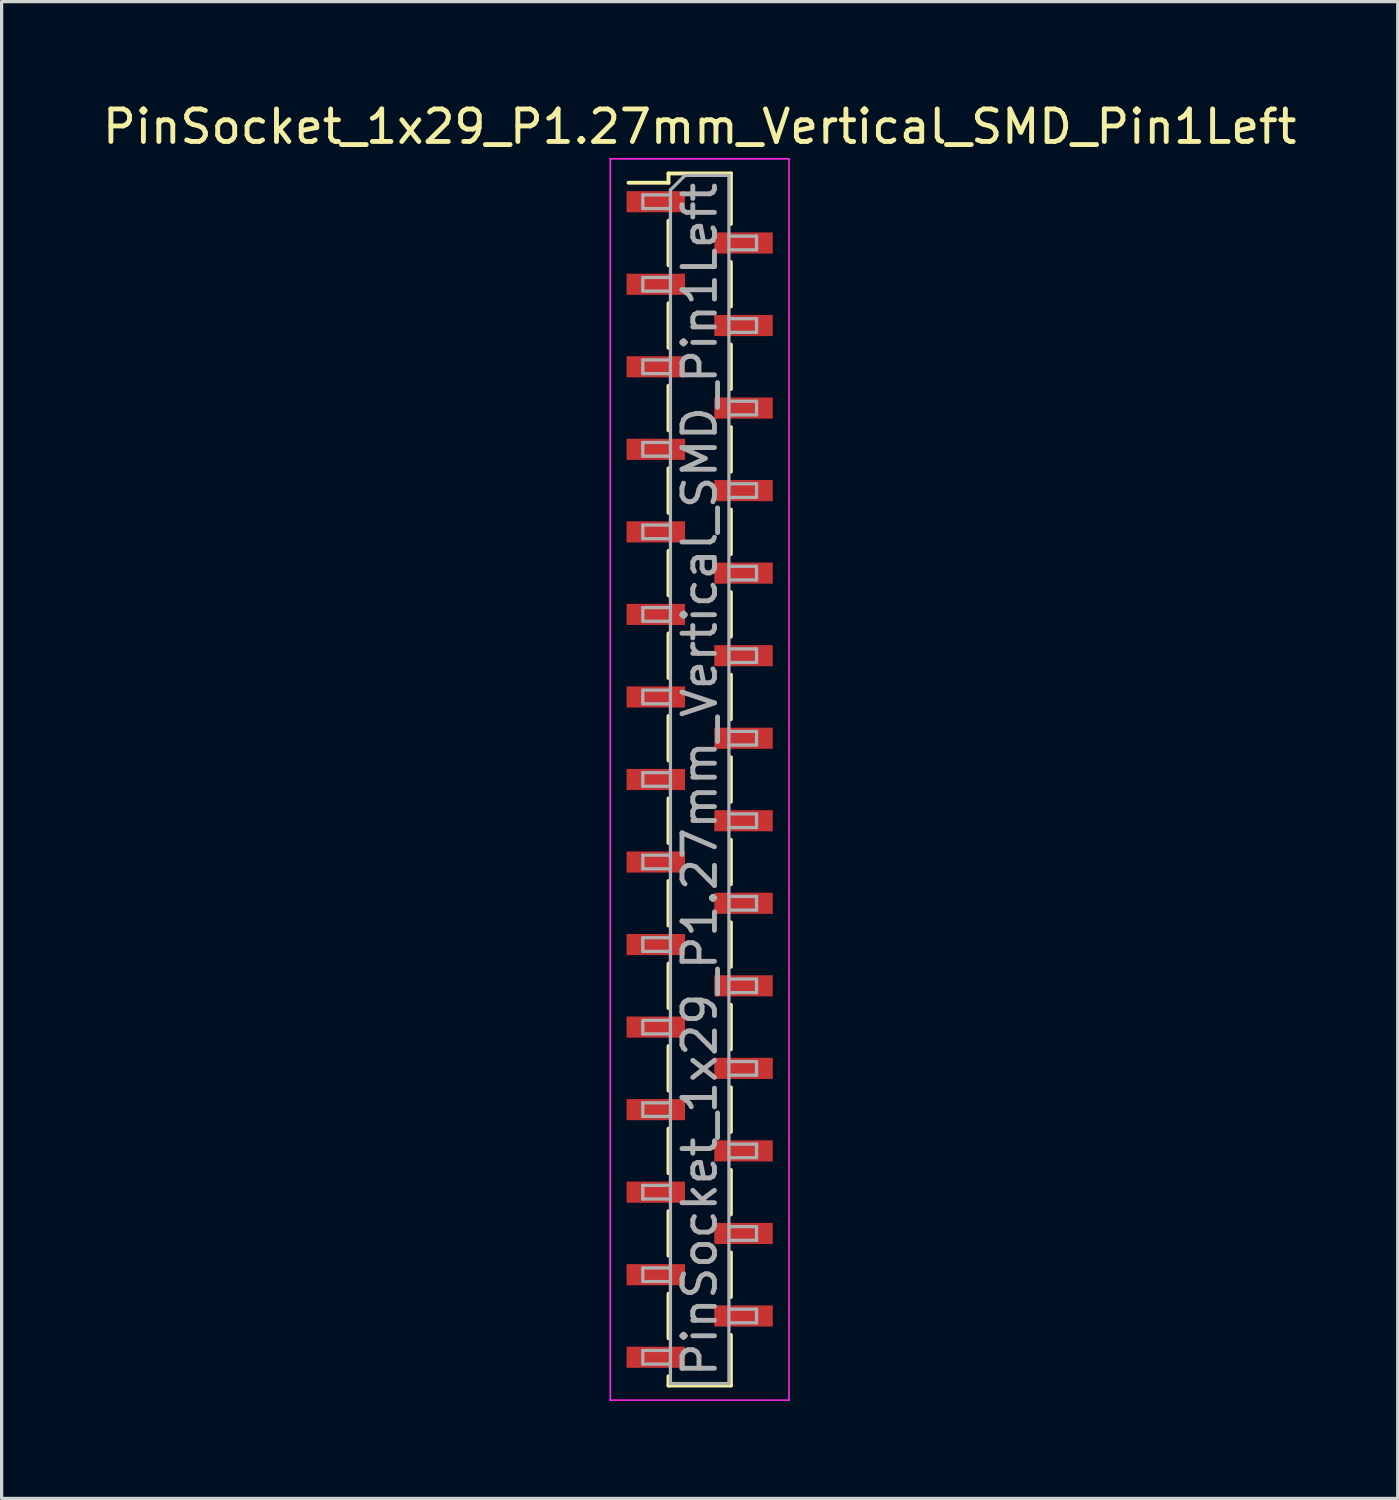
<source format=kicad_pcb>
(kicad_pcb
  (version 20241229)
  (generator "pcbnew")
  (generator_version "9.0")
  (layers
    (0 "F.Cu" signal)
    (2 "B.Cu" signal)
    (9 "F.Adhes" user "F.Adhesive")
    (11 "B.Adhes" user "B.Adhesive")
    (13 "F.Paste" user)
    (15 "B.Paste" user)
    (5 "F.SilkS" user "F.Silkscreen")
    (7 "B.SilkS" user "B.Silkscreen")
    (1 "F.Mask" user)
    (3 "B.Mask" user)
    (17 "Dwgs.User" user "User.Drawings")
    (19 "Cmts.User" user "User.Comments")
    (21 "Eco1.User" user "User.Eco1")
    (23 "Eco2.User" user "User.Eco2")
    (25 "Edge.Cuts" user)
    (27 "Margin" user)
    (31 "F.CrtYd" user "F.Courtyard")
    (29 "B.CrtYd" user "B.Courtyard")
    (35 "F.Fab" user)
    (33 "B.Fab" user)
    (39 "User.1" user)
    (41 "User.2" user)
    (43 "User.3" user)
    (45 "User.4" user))
  (footprint "PinSocket_1x29_P1.27mm_Vertical_SMD_Pin1Left"
    (layer "F.Cu")
    (at 18.482 20.938)
    (property "Reference" "PinSocket_1x29_P1.27mm_Vertical_SMD_Pin1Left" (at 0 -20.09 0) (layer "F.SilkS") (effects (font (size 1 1) (thickness 0.15))))
    (attr smd)
    (fp_line (start -2.19 -18.365) (end -0.96 -18.365) (stroke (width 0.12) (type solid)) (layer "F.SilkS"))
    (fp_line (start -0.96 -18.65) (end -0.96 -18.365) (stroke (width 0.12) (type solid)) (layer "F.SilkS"))
    (fp_line (start -0.96 -18.65) (end 0.96 -18.65) (stroke (width 0.12) (type solid)) (layer "F.SilkS"))
    (fp_line (start -0.96 -17.195) (end -0.96 -15.825) (stroke (width 0.12) (type solid)) (layer "F.SilkS"))
    (fp_line (start -0.96 -14.655) (end -0.96 -13.285) (stroke (width 0.12) (type solid)) (layer "F.SilkS"))
    (fp_line (start -0.96 -12.115) (end -0.96 -10.745) (stroke (width 0.12) (type solid)) (layer "F.SilkS"))
    (fp_line (start -0.96 -9.575) (end -0.96 -8.205) (stroke (width 0.12) (type solid)) (layer "F.SilkS"))
    (fp_line (start -0.96 -7.035) (end -0.96 -5.665) (stroke (width 0.12) (type solid)) (layer "F.SilkS"))
    (fp_line (start -0.96 -4.495) (end -0.96 -3.125) (stroke (width 0.12) (type solid)) (layer "F.SilkS"))
    (fp_line (start -0.96 -1.955) (end -0.96 -0.585) (stroke (width 0.12) (type solid)) (layer "F.SilkS"))
    (fp_line (start -0.96 0.585) (end -0.96 1.955) (stroke (width 0.12) (type solid)) (layer "F.SilkS"))
    (fp_line (start -0.96 3.125) (end -0.96 4.495) (stroke (width 0.12) (type solid)) (layer "F.SilkS"))
    (fp_line (start -0.96 5.665) (end -0.96 7.035) (stroke (width 0.12) (type solid)) (layer "F.SilkS"))
    (fp_line (start -0.96 8.205) (end -0.96 9.575) (stroke (width 0.12) (type solid)) (layer "F.SilkS"))
    (fp_line (start -0.96 10.745) (end -0.96 12.115) (stroke (width 0.12) (type solid)) (layer "F.SilkS"))
    (fp_line (start -0.96 13.285) (end -0.96 14.655) (stroke (width 0.12) (type solid)) (layer "F.SilkS"))
    (fp_line (start -0.96 15.825) (end -0.96 17.195) (stroke (width 0.12) (type solid)) (layer "F.SilkS"))
    (fp_line (start -0.96 18.365) (end -0.96 18.65) (stroke (width 0.12) (type solid)) (layer "F.SilkS"))
    (fp_line (start -0.96 18.65) (end 0.96 18.65) (stroke (width 0.12) (type solid)) (layer "F.SilkS"))
    (fp_line (start 0.96 -18.65) (end 0.96 -17.095) (stroke (width 0.12) (type solid)) (layer "F.SilkS"))
    (fp_line (start 0.96 -15.925) (end 0.96 -14.555) (stroke (width 0.12) (type solid)) (layer "F.SilkS"))
    (fp_line (start 0.96 -13.385) (end 0.96 -12.015) (stroke (width 0.12) (type solid)) (layer "F.SilkS"))
    (fp_line (start 0.96 -10.845) (end 0.96 -9.475) (stroke (width 0.12) (type solid)) (layer "F.SilkS"))
    (fp_line (start 0.96 -8.305) (end 0.96 -6.935) (stroke (width 0.12) (type solid)) (layer "F.SilkS"))
    (fp_line (start 0.96 -5.765) (end 0.96 -4.395) (stroke (width 0.12) (type solid)) (layer "F.SilkS"))
    (fp_line (start 0.96 -3.225) (end 0.96 -1.855) (stroke (width 0.12) (type solid)) (layer "F.SilkS"))
    (fp_line (start 0.96 -0.685) (end 0.96 0.685) (stroke (width 0.12) (type solid)) (layer "F.SilkS"))
    (fp_line (start 0.96 1.855) (end 0.96 3.225) (stroke (width 0.12) (type solid)) (layer "F.SilkS"))
    (fp_line (start 0.96 4.395) (end 0.96 5.765) (stroke (width 0.12) (type solid)) (layer "F.SilkS"))
    (fp_line (start 0.96 6.935) (end 0.96 8.305) (stroke (width 0.12) (type solid)) (layer "F.SilkS"))
    (fp_line (start 0.96 9.475) (end 0.96 10.845) (stroke (width 0.12) (type solid)) (layer "F.SilkS"))
    (fp_line (start 0.96 12.015) (end 0.96 13.385) (stroke (width 0.12) (type solid)) (layer "F.SilkS"))
    (fp_line (start 0.96 14.555) (end 0.96 15.925) (stroke (width 0.12) (type solid)) (layer "F.SilkS"))
    (fp_line (start 0.96 17.095) (end 0.96 18.65) (stroke (width 0.12) (type solid)) (layer "F.SilkS"))
    (fp_line (start -2.75 -19.1) (end 2.75 -19.1) (stroke (width 0.05) (type solid)) (layer "F.CrtYd"))
    (fp_line (start -2.75 19.1) (end -2.75 -19.1) (stroke (width 0.05) (type solid)) (layer "F.CrtYd"))
    (fp_line (start 2.75 -19.1) (end 2.75 19.1) (stroke (width 0.05) (type solid)) (layer "F.CrtYd"))
    (fp_line (start 2.75 19.1) (end -2.75 19.1) (stroke (width 0.05) (type solid)) (layer "F.CrtYd"))
    (fp_line (start -1.75 -17.99) (end -0.9 -17.99) (stroke (width 0.1) (type solid)) (layer "F.Fab"))
    (fp_line (start -1.75 -17.57) (end -1.75 -17.99) (stroke (width 0.1) (type solid)) (layer "F.Fab"))
    (fp_line (start -1.75 -15.45) (end -0.9 -15.45) (stroke (width 0.1) (type solid)) (layer "F.Fab"))
    (fp_line (start -1.75 -15.03) (end -1.75 -15.45) (stroke (width 0.1) (type solid)) (layer "F.Fab"))
    (fp_line (start -1.75 -12.91) (end -0.9 -12.91) (stroke (width 0.1) (type solid)) (layer "F.Fab"))
    (fp_line (start -1.75 -12.49) (end -1.75 -12.91) (stroke (width 0.1) (type solid)) (layer "F.Fab"))
    (fp_line (start -1.75 -10.37) (end -0.9 -10.37) (stroke (width 0.1) (type solid)) (layer "F.Fab"))
    (fp_line (start -1.75 -9.95) (end -1.75 -10.37) (stroke (width 0.1) (type solid)) (layer "F.Fab"))
    (fp_line (start -1.75 -7.83) (end -0.9 -7.83) (stroke (width 0.1) (type solid)) (layer "F.Fab"))
    (fp_line (start -1.75 -7.41) (end -1.75 -7.83) (stroke (width 0.1) (type solid)) (layer "F.Fab"))
    (fp_line (start -1.75 -5.29) (end -0.9 -5.29) (stroke (width 0.1) (type solid)) (layer "F.Fab"))
    (fp_line (start -1.75 -4.87) (end -1.75 -5.29) (stroke (width 0.1) (type solid)) (layer "F.Fab"))
    (fp_line (start -1.75 -2.75) (end -0.9 -2.75) (stroke (width 0.1) (type solid)) (layer "F.Fab"))
    (fp_line (start -1.75 -2.33) (end -1.75 -2.75) (stroke (width 0.1) (type solid)) (layer "F.Fab"))
    (fp_line (start -1.75 -0.21) (end -0.9 -0.21) (stroke (width 0.1) (type solid)) (layer "F.Fab"))
    (fp_line (start -1.75 0.21) (end -1.75 -0.21) (stroke (width 0.1) (type solid)) (layer "F.Fab"))
    (fp_line (start -1.75 2.33) (end -0.9 2.33) (stroke (width 0.1) (type solid)) (layer "F.Fab"))
    (fp_line (start -1.75 2.75) (end -1.75 2.33) (stroke (width 0.1) (type solid)) (layer "F.Fab"))
    (fp_line (start -1.75 4.87) (end -0.9 4.87) (stroke (width 0.1) (type solid)) (layer "F.Fab"))
    (fp_line (start -1.75 5.29) (end -1.75 4.87) (stroke (width 0.1) (type solid)) (layer "F.Fab"))
    (fp_line (start -1.75 7.41) (end -0.9 7.41) (stroke (width 0.1) (type solid)) (layer "F.Fab"))
    (fp_line (start -1.75 7.83) (end -1.75 7.41) (stroke (width 0.1) (type solid)) (layer "F.Fab"))
    (fp_line (start -1.75 9.95) (end -0.9 9.95) (stroke (width 0.1) (type solid)) (layer "F.Fab"))
    (fp_line (start -1.75 10.37) (end -1.75 9.95) (stroke (width 0.1) (type solid)) (layer "F.Fab"))
    (fp_line (start -1.75 12.49) (end -0.9 12.49) (stroke (width 0.1) (type solid)) (layer "F.Fab"))
    (fp_line (start -1.75 12.91) (end -1.75 12.49) (stroke (width 0.1) (type solid)) (layer "F.Fab"))
    (fp_line (start -1.75 15.03) (end -0.9 15.03) (stroke (width 0.1) (type solid)) (layer "F.Fab"))
    (fp_line (start -1.75 15.45) (end -1.75 15.03) (stroke (width 0.1) (type solid)) (layer "F.Fab"))
    (fp_line (start -1.75 17.57) (end -0.9 17.57) (stroke (width 0.1) (type solid)) (layer "F.Fab"))
    (fp_line (start -1.75 17.99) (end -1.75 17.57) (stroke (width 0.1) (type solid)) (layer "F.Fab"))
    (fp_line (start -0.9 -18.14) (end -0.45 -18.59) (stroke (width 0.1) (type solid)) (layer "F.Fab"))
    (fp_line (start -0.9 -17.57) (end -1.75 -17.57) (stroke (width 0.1) (type solid)) (layer "F.Fab"))
    (fp_line (start -0.9 -15.03) (end -1.75 -15.03) (stroke (width 0.1) (type solid)) (layer "F.Fab"))
    (fp_line (start -0.9 -12.49) (end -1.75 -12.49) (stroke (width 0.1) (type solid)) (layer "F.Fab"))
    (fp_line (start -0.9 -9.95) (end -1.75 -9.95) (stroke (width 0.1) (type solid)) (layer "F.Fab"))
    (fp_line (start -0.9 -7.41) (end -1.75 -7.41) (stroke (width 0.1) (type solid)) (layer "F.Fab"))
    (fp_line (start -0.9 -4.87) (end -1.75 -4.87) (stroke (width 0.1) (type solid)) (layer "F.Fab"))
    (fp_line (start -0.9 -2.33) (end -1.75 -2.33) (stroke (width 0.1) (type solid)) (layer "F.Fab"))
    (fp_line (start -0.9 0.21) (end -1.75 0.21) (stroke (width 0.1) (type solid)) (layer "F.Fab"))
    (fp_line (start -0.9 2.75) (end -1.75 2.75) (stroke (width 0.1) (type solid)) (layer "F.Fab"))
    (fp_line (start -0.9 5.29) (end -1.75 5.29) (stroke (width 0.1) (type solid)) (layer "F.Fab"))
    (fp_line (start -0.9 7.83) (end -1.75 7.83) (stroke (width 0.1) (type solid)) (layer "F.Fab"))
    (fp_line (start -0.9 10.37) (end -1.75 10.37) (stroke (width 0.1) (type solid)) (layer "F.Fab"))
    (fp_line (start -0.9 12.91) (end -1.75 12.91) (stroke (width 0.1) (type solid)) (layer "F.Fab"))
    (fp_line (start -0.9 15.45) (end -1.75 15.45) (stroke (width 0.1) (type solid)) (layer "F.Fab"))
    (fp_line (start -0.9 17.99) (end -1.75 17.99) (stroke (width 0.1) (type solid)) (layer "F.Fab"))
    (fp_line (start -0.9 18.59) (end -0.9 -18.14) (stroke (width 0.1) (type solid)) (layer "F.Fab"))
    (fp_line (start -0.45 -18.59) (end 0.9 -18.59) (stroke (width 0.1) (type solid)) (layer "F.Fab"))
    (fp_line (start 0.9 -18.59) (end 0.9 18.59) (stroke (width 0.1) (type solid)) (layer "F.Fab"))
    (fp_line (start 0.9 -16.72) (end 1.75 -16.72) (stroke (width 0.1) (type solid)) (layer "F.Fab"))
    (fp_line (start 0.9 -14.18) (end 1.75 -14.18) (stroke (width 0.1) (type solid)) (layer "F.Fab"))
    (fp_line (start 0.9 -11.64) (end 1.75 -11.64) (stroke (width 0.1) (type solid)) (layer "F.Fab"))
    (fp_line (start 0.9 -9.1) (end 1.75 -9.1) (stroke (width 0.1) (type solid)) (layer "F.Fab"))
    (fp_line (start 0.9 -6.56) (end 1.75 -6.56) (stroke (width 0.1) (type solid)) (layer "F.Fab"))
    (fp_line (start 0.9 -4.02) (end 1.75 -4.02) (stroke (width 0.1) (type solid)) (layer "F.Fab"))
    (fp_line (start 0.9 -1.48) (end 1.75 -1.48) (stroke (width 0.1) (type solid)) (layer "F.Fab"))
    (fp_line (start 0.9 1.06) (end 1.75 1.06) (stroke (width 0.1) (type solid)) (layer "F.Fab"))
    (fp_line (start 0.9 3.6) (end 1.75 3.6) (stroke (width 0.1) (type solid)) (layer "F.Fab"))
    (fp_line (start 0.9 6.14) (end 1.75 6.14) (stroke (width 0.1) (type solid)) (layer "F.Fab"))
    (fp_line (start 0.9 8.68) (end 1.75 8.68) (stroke (width 0.1) (type solid)) (layer "F.Fab"))
    (fp_line (start 0.9 11.22) (end 1.75 11.22) (stroke (width 0.1) (type solid)) (layer "F.Fab"))
    (fp_line (start 0.9 13.76) (end 1.75 13.76) (stroke (width 0.1) (type solid)) (layer "F.Fab"))
    (fp_line (start 0.9 16.3) (end 1.75 16.3) (stroke (width 0.1) (type solid)) (layer "F.Fab"))
    (fp_line (start 0.9 18.59) (end -0.9 18.59) (stroke (width 0.1) (type solid)) (layer "F.Fab"))
    (fp_line (start 1.75 -16.72) (end 1.75 -16.3) (stroke (width 0.1) (type solid)) (layer "F.Fab"))
    (fp_line (start 1.75 -16.3) (end 0.9 -16.3) (stroke (width 0.1) (type solid)) (layer "F.Fab"))
    (fp_line (start 1.75 -14.18) (end 1.75 -13.76) (stroke (width 0.1) (type solid)) (layer "F.Fab"))
    (fp_line (start 1.75 -13.76) (end 0.9 -13.76) (stroke (width 0.1) (type solid)) (layer "F.Fab"))
    (fp_line (start 1.75 -11.64) (end 1.75 -11.22) (stroke (width 0.1) (type solid)) (layer "F.Fab"))
    (fp_line (start 1.75 -11.22) (end 0.9 -11.22) (stroke (width 0.1) (type solid)) (layer "F.Fab"))
    (fp_line (start 1.75 -9.1) (end 1.75 -8.68) (stroke (width 0.1) (type solid)) (layer "F.Fab"))
    (fp_line (start 1.75 -8.68) (end 0.9 -8.68) (stroke (width 0.1) (type solid)) (layer "F.Fab"))
    (fp_line (start 1.75 -6.56) (end 1.75 -6.14) (stroke (width 0.1) (type solid)) (layer "F.Fab"))
    (fp_line (start 1.75 -6.14) (end 0.9 -6.14) (stroke (width 0.1) (type solid)) (layer "F.Fab"))
    (fp_line (start 1.75 -4.02) (end 1.75 -3.6) (stroke (width 0.1) (type solid)) (layer "F.Fab"))
    (fp_line (start 1.75 -3.6) (end 0.9 -3.6) (stroke (width 0.1) (type solid)) (layer "F.Fab"))
    (fp_line (start 1.75 -1.48) (end 1.75 -1.06) (stroke (width 0.1) (type solid)) (layer "F.Fab"))
    (fp_line (start 1.75 -1.06) (end 0.9 -1.06) (stroke (width 0.1) (type solid)) (layer "F.Fab"))
    (fp_line (start 1.75 1.06) (end 1.75 1.48) (stroke (width 0.1) (type solid)) (layer "F.Fab"))
    (fp_line (start 1.75 1.48) (end 0.9 1.48) (stroke (width 0.1) (type solid)) (layer "F.Fab"))
    (fp_line (start 1.75 3.6) (end 1.75 4.02) (stroke (width 0.1) (type solid)) (layer "F.Fab"))
    (fp_line (start 1.75 4.02) (end 0.9 4.02) (stroke (width 0.1) (type solid)) (layer "F.Fab"))
    (fp_line (start 1.75 6.14) (end 1.75 6.56) (stroke (width 0.1) (type solid)) (layer "F.Fab"))
    (fp_line (start 1.75 6.56) (end 0.9 6.56) (stroke (width 0.1) (type solid)) (layer "F.Fab"))
    (fp_line (start 1.75 8.68) (end 1.75 9.1) (stroke (width 0.1) (type solid)) (layer "F.Fab"))
    (fp_line (start 1.75 9.1) (end 0.9 9.1) (stroke (width 0.1) (type solid)) (layer "F.Fab"))
    (fp_line (start 1.75 11.22) (end 1.75 11.64) (stroke (width 0.1) (type solid)) (layer "F.Fab"))
    (fp_line (start 1.75 11.64) (end 0.9 11.64) (stroke (width 0.1) (type solid)) (layer "F.Fab"))
    (fp_line (start 1.75 13.76) (end 1.75 14.18) (stroke (width 0.1) (type solid)) (layer "F.Fab"))
    (fp_line (start 1.75 14.18) (end 0.9 14.18) (stroke (width 0.1) (type solid)) (layer "F.Fab"))
    (fp_line (start 1.75 16.3) (end 1.75 16.72) (stroke (width 0.1) (type solid)) (layer "F.Fab"))
    (fp_line (start 1.75 16.72) (end 0.9 16.72) (stroke (width 0.1) (type solid)) (layer "F.Fab"))
    (fp_text user "${REFERENCE}" (at 0 0 90) (layer "F.Fab") (effects (font (size 1 1) (thickness 0.15))))
    (pad "1" smd rect (at -1.35 -17.78) (size 1.8 0.65) (layers "F.Cu" "F.Mask" "F.Paste"))
    (pad "2" smd rect (at 1.35 -16.51) (size 1.8 0.65) (layers "F.Cu" "F.Mask" "F.Paste"))
    (pad "3" smd rect (at -1.35 -15.24) (size 1.8 0.65) (layers "F.Cu" "F.Mask" "F.Paste"))
    (pad "4" smd rect (at 1.35 -13.97) (size 1.8 0.65) (layers "F.Cu" "F.Mask" "F.Paste"))
    (pad "5" smd rect (at -1.35 -12.7) (size 1.8 0.65) (layers "F.Cu" "F.Mask" "F.Paste"))
    (pad "6" smd rect (at 1.35 -11.43) (size 1.8 0.65) (layers "F.Cu" "F.Mask" "F.Paste"))
    (pad "7" smd rect (at -1.35 -10.16) (size 1.8 0.65) (layers "F.Cu" "F.Mask" "F.Paste"))
    (pad "8" smd rect (at 1.35 -8.89) (size 1.8 0.65) (layers "F.Cu" "F.Mask" "F.Paste"))
    (pad "9" smd rect (at -1.35 -7.62) (size 1.8 0.65) (layers "F.Cu" "F.Mask" "F.Paste"))
    (pad "10" smd rect (at 1.35 -6.35) (size 1.8 0.65) (layers "F.Cu" "F.Mask" "F.Paste"))
    (pad "11" smd rect (at -1.35 -5.08) (size 1.8 0.65) (layers "F.Cu" "F.Mask" "F.Paste"))
    (pad "12" smd rect (at 1.35 -3.81) (size 1.8 0.65) (layers "F.Cu" "F.Mask" "F.Paste"))
    (pad "13" smd rect (at -1.35 -2.54) (size 1.8 0.65) (layers "F.Cu" "F.Mask" "F.Paste"))
    (pad "14" smd rect (at 1.35 -1.27) (size 1.8 0.65) (layers "F.Cu" "F.Mask" "F.Paste"))
    (pad "15" smd rect (at -1.35 0) (size 1.8 0.65) (layers "F.Cu" "F.Mask" "F.Paste"))
    (pad "16" smd rect (at 1.35 1.27) (size 1.8 0.65) (layers "F.Cu" "F.Mask" "F.Paste"))
    (pad "17" smd rect (at -1.35 2.54) (size 1.8 0.65) (layers "F.Cu" "F.Mask" "F.Paste"))
    (pad "18" smd rect (at 1.35 3.81) (size 1.8 0.65) (layers "F.Cu" "F.Mask" "F.Paste"))
    (pad "19" smd rect (at -1.35 5.08) (size 1.8 0.65) (layers "F.Cu" "F.Mask" "F.Paste"))
    (pad "20" smd rect (at 1.35 6.35) (size 1.8 0.65) (layers "F.Cu" "F.Mask" "F.Paste"))
    (pad "21" smd rect (at -1.35 7.62) (size 1.8 0.65) (layers "F.Cu" "F.Mask" "F.Paste"))
    (pad "22" smd rect (at 1.35 8.89) (size 1.8 0.65) (layers "F.Cu" "F.Mask" "F.Paste"))
    (pad "23" smd rect (at -1.35 10.16) (size 1.8 0.65) (layers "F.Cu" "F.Mask" "F.Paste"))
    (pad "24" smd rect (at 1.35 11.43) (size 1.8 0.65) (layers "F.Cu" "F.Mask" "F.Paste"))
    (pad "25" smd rect (at -1.35 12.7) (size 1.8 0.65) (layers "F.Cu" "F.Mask" "F.Paste"))
    (pad "26" smd rect (at 1.35 13.97) (size 1.8 0.65) (layers "F.Cu" "F.Mask" "F.Paste"))
    (pad "27" smd rect (at -1.35 15.24) (size 1.8 0.65) (layers "F.Cu" "F.Mask" "F.Paste"))
    (pad "28" smd rect (at 1.35 16.51) (size 1.8 0.65) (layers "F.Cu" "F.Mask" "F.Paste"))
    (pad "29" smd rect (at -1.35 17.78) (size 1.8 0.65) (layers "F.Cu" "F.Mask" "F.Paste")))
  (gr_rect
    (start -3 -3)
    (end 39.964 43.063)
    (stroke (width 0.1) (type default))
    (fill no)
    (layer "Edge.Cuts")))
</source>
